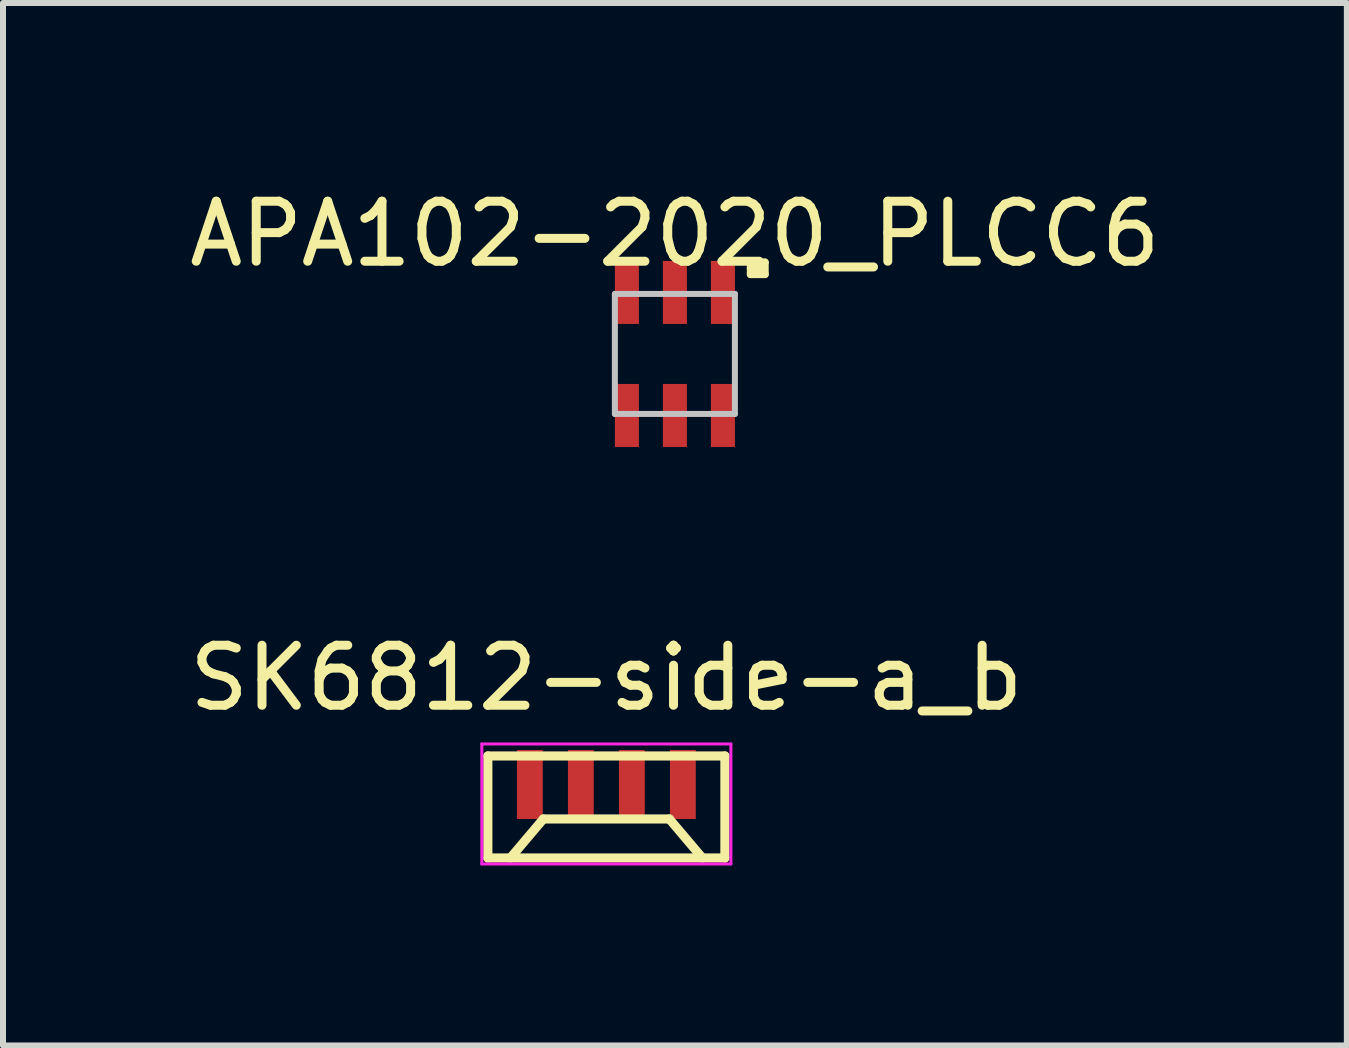
<source format=kicad_pcb>
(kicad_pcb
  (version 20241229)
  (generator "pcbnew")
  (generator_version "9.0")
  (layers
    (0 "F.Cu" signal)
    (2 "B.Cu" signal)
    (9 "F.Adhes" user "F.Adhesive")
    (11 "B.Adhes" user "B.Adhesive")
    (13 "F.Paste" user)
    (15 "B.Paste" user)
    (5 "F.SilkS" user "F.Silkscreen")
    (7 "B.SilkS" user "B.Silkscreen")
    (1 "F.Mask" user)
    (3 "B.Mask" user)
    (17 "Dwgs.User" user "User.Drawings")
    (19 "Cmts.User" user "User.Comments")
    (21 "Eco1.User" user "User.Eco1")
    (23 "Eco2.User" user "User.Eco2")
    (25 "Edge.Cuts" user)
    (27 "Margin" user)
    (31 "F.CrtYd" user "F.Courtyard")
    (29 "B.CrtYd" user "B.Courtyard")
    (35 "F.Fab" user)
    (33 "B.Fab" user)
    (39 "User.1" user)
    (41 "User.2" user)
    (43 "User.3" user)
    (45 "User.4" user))
  (footprint "SK6812-side-a_b"
    (layer "F.Cu")
    (at 7.054 10.347)
    (property "Reference" "SK6812-side-a_b" (at 0 -2.1 0) (layer "F.SilkS") (effects (font (size 1 1) (thickness 0.15))))
    (attr smd)
    (fp_line (start -1.975 -0.8) (end -1.975 0.9) (stroke (width 0.152) (type solid)) (layer "F.SilkS"))
    (fp_line (start -1.975 -0.8) (end 1.975 -0.8) (stroke (width 0.152) (type solid)) (layer "F.SilkS"))
    (fp_line (start -1.975 0.9) (end 1.975 0.9) (stroke (width 0.152) (type solid)) (layer "F.SilkS"))
    (fp_line (start -1.05 0.25) (end -1.6 0.9) (stroke (width 0.152) (type solid)) (layer "F.SilkS"))
    (fp_line (start -1.05 0.25) (end 1.05 0.25) (stroke (width 0.152) (type solid)) (layer "F.SilkS"))
    (fp_line (start 1.05 0.25) (end 1.6 0.9) (stroke (width 0.152) (type solid)) (layer "F.SilkS"))
    (fp_line (start 1.975 -0.8) (end 1.975 0.9) (stroke (width 0.152) (type solid)) (layer "F.SilkS"))
    (fp_line (start -2.075 -1) (end -2.075 1) (stroke (width 0.05) (type solid)) (layer "F.CrtYd"))
    (fp_line (start -2.075 -1) (end 2.075 -1) (stroke (width 0.05) (type solid)) (layer "F.CrtYd"))
    (fp_line (start -2.075 1) (end 2.075 1) (stroke (width 0.05) (type solid)) (layer "F.CrtYd"))
    (fp_line (start 2.075 -1) (end 2.075 1) (stroke (width 0.05) (type solid)) (layer "F.CrtYd"))
    (pad "1" smd custom (at 1.275 -0.325) (size 0.43 1.15) (layers "F.Cu" "F.Mask" "F.Paste") (options (anchor rect)) (primitives))
    (pad "2" smd rect (at 0.425 -0.325) (size 0.43 1.15) (layers "F.Cu" "F.Mask" "F.Paste"))
    (pad "3" smd rect (at -0.425 -0.325) (size 0.43 1.15) (layers "F.Cu" "F.Mask" "F.Paste"))
    (pad "4" smd custom (at -1.275 -0.325) (size 0.43 1.15) (layers "F.Cu" "F.Mask" "F.Paste") (options (anchor rect)) (primitives)))
  (footprint "APA102-2020_PLCC6"
    (layer "F.Cu")
    (at 8.196 2.848)
    (property "Reference" "APA102-2020_PLCC6" (at 0 -2 0) (layer "F.SilkS") (effects (font (size 1 1) (thickness 0.15))))
    (attr through_hole)
    (fp_line (start 1.262 -1.527) (end 1.5 -1.527) (stroke (width 0.127) (type solid)) (layer "F.SilkS"))
    (fp_line (start 1.262 -1.327) (end 1.262 -1.527) (stroke (width 0.127) (type solid)) (layer "F.SilkS"))
    (fp_line (start 1.4 -1.427) (end 1.262 -1.427) (stroke (width 0.127) (type solid)) (layer "F.SilkS"))
    (fp_line (start 1.5 -1.527) (end 1.5 -1.327) (stroke (width 0.127) (type solid)) (layer "F.SilkS"))
    (fp_line (start 1.5 -1.327) (end 1.262 -1.327) (stroke (width 0.127) (type solid)) (layer "F.SilkS"))
    (fp_line (start -1 -1) (end -1 1) (stroke (width 0.1) (type solid)) (layer "Dwgs.User"))
    (fp_line (start -1 -1) (end 1 -1) (stroke (width 0.1) (type solid)) (layer "Dwgs.User"))
    (fp_line (start -1 1) (end 1 1) (stroke (width 0.1) (type solid)) (layer "Dwgs.User"))
    (fp_line (start 1 -1) (end 1 1) (stroke (width 0.1) (type solid)) (layer "Dwgs.User"))
    (pad "1" smd rect (at 0.8 -1.025) (size 0.4 1.05) (layers "F.Cu" "F.Mask" "F.Paste"))
    (pad "2" smd rect (at 0 -1.025) (size 0.4 1.05) (layers "F.Cu" "F.Mask" "F.Paste"))
    (pad "3" smd rect (at -0.8 -1.025) (size 0.4 1.05) (layers "F.Cu" "F.Mask" "F.Paste"))
    (pad "4" smd rect (at -0.8 1.025) (size 0.4 1.05) (layers "F.Cu" "F.Mask" "F.Paste"))
    (pad "5" smd rect (at 0 1.025) (size 0.4 1.05) (layers "F.Cu" "F.Mask" "F.Paste"))
    (pad "6" smd rect (at 0.8 1.025) (size 0.4 1.05) (layers "F.Cu" "F.Mask" "F.Paste")))
  (gr_rect
    (start -3 -3)
    (end 19.393 14.371)
    (stroke (width 0.1) (type default))
    (fill no)
    (layer "Edge.Cuts")))
</source>
